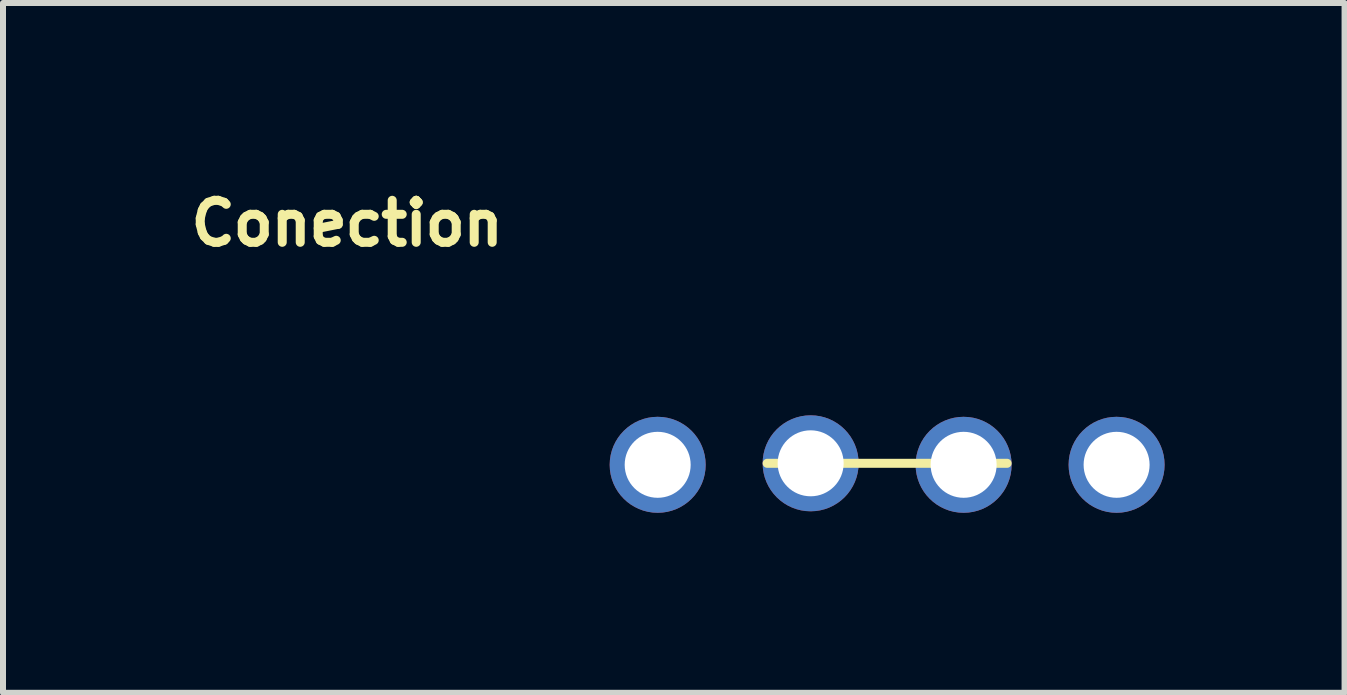
<source format=kicad_pcb>
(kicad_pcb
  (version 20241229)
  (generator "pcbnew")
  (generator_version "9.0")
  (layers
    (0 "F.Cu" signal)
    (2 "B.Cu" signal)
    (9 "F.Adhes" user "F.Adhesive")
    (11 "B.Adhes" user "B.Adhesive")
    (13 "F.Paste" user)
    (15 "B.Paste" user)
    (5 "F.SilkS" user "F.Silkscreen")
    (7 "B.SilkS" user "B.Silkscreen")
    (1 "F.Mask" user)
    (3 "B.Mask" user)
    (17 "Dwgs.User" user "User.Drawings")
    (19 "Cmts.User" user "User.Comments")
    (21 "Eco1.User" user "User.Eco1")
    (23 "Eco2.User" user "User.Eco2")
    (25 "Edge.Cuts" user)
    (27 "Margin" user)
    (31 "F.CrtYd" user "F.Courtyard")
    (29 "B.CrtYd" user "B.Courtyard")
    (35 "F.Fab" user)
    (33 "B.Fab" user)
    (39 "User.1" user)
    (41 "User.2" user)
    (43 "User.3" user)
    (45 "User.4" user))
  (footprint "Conection"
    (layer "F.Cu")
    (at 11.738 4.673)
    (property "Reference" "Conection" (at -9 -4 0) (layer "F.SilkS") (effects (font (size 0.7 0.7) (thickness 0.15))))
    (attr through_hole)
    (fp_line (start -2 0) (end 2 0) (stroke (width 0.15) (type solid)) (layer "F.SilkS"))
    (pad "1" thru_hole circle (at -3.825 0.025) (size 1.6 1.6) (drill 1.1) (layers "*.Cu" "*.Mask"))
    (pad "2" thru_hole circle (at -1.275 0) (size 1.6 1.6) (drill 1.1) (layers "*.Cu" "*.Mask"))
    (pad "3" thru_hole circle (at 1.275 0.025) (size 1.6 1.6) (drill 1.1) (layers "*.Cu" "*.Mask"))
    (pad "4" thru_hole circle (at 3.825 0.025) (size 1.6 1.6) (drill 1.1) (layers "*.Cu" "*.Mask")))
  (gr_rect
    (start -3 -3)
    (end 19.363 8.498)
    (stroke (width 0.1) (type default))
    (fill no)
    (layer "Edge.Cuts")))
</source>
